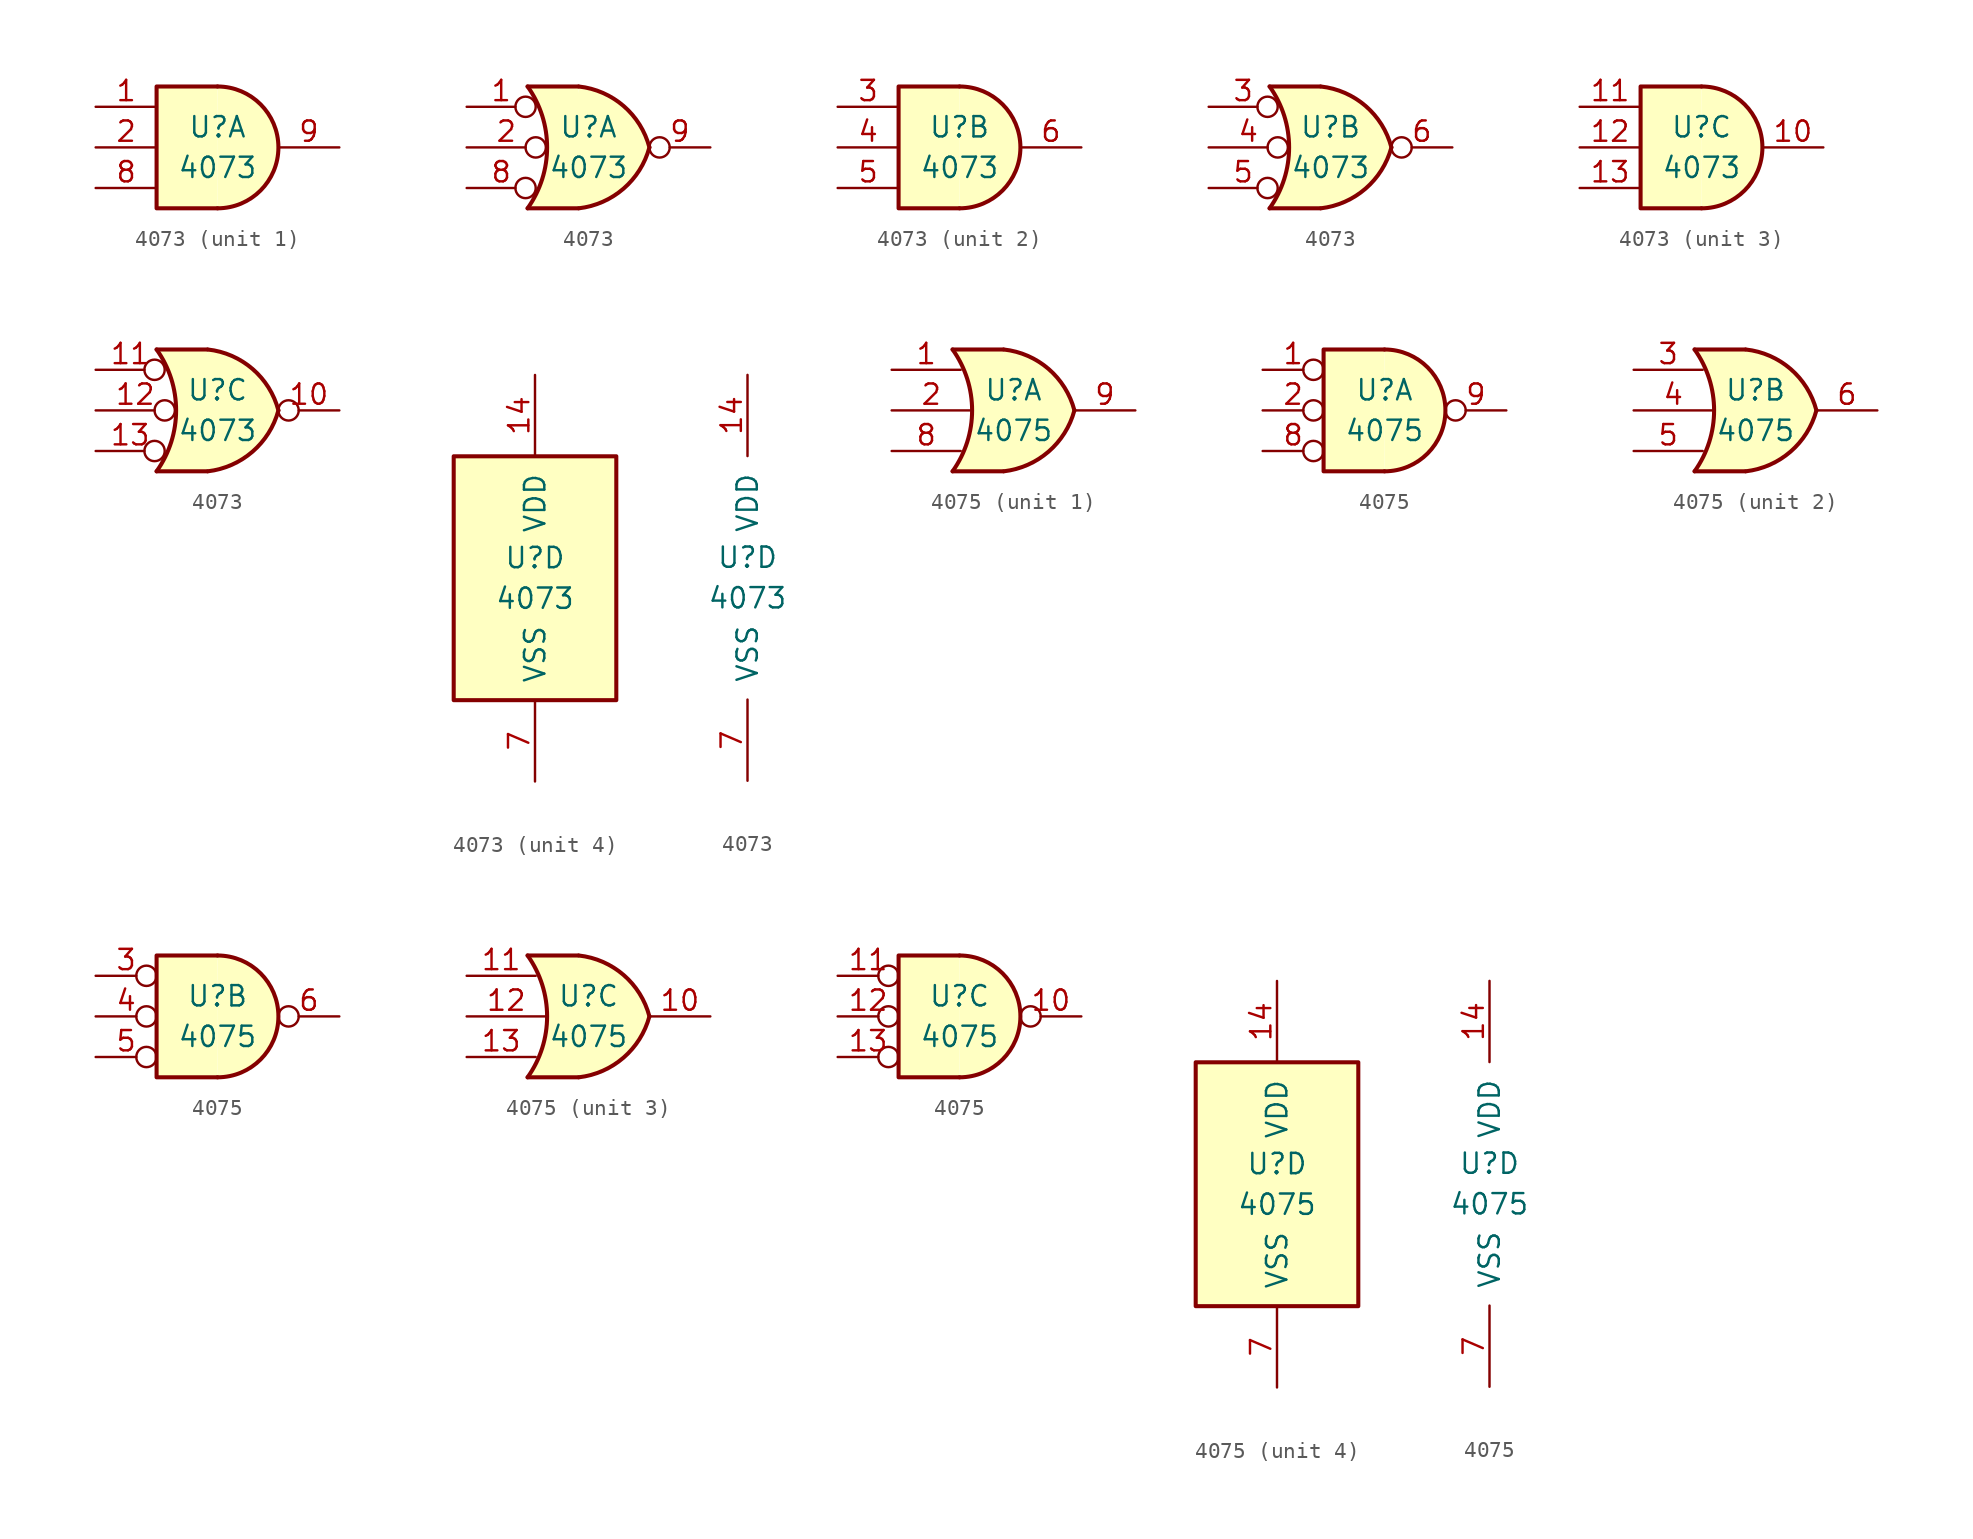
<source format=kicad_sym>
(kicad_symbol_lib
  (version 20241209)
  (generator "kicad_symbol_editor")
  (generator_version "9.0")
  (symbol "4073"
    (pin_names
      (offset 1.016))
    (property "Reference" "U"
      (at 0 1.27 0)
      (effects (font (size 1.27 1.27))))
    (property "Value" "4073"
      (at 0 -1.27 0)
      (effects (font (size 1.27 1.27))))
    (property "ki_locked" ""
      (at 0 0 0)
      (effects (font (size 1.27 1.27))))
    (symbol "4073_1_1"
      (arc (start 0 3.81) (mid 3.7934 0) (end 0 -3.81) (stroke (width 0.254) (type default)) (fill (type background)))
      (polyline (pts (xy 0 3.81) (xy -3.81 3.81) (xy -3.81 -3.81) (xy 0 -3.81)) (stroke (width 0.254) (type default)) (fill (type background)))
      (pin input line (at -7.62 2.54 0) (length 3.81) (name "~" (effects (font (size 1.27 1.27)))) (number "1" (effects (font (size 1.27 1.27)))))
      (pin input line (at -7.62 0 0) (length 3.81) (name "~" (effects (font (size 1.27 1.27)))) (number "2" (effects (font (size 1.27 1.27)))))
      (pin input line (at -7.62 -2.54 0) (length 3.81) (name "~" (effects (font (size 1.27 1.27)))) (number "8" (effects (font (size 1.27 1.27)))))
      (pin output line (at 7.62 0 180) (length 3.81) (name "~" (effects (font (size 1.27 1.27)))) (number "9" (effects (font (size 1.27 1.27))))))
    (symbol "4073_1_2"
      (arc (start -3.81 3.81) (mid -2.589 0) (end -3.81 -3.81) (stroke (width 0.254) (type default)) (fill (type none)))
      (polyline (pts (xy -3.81 3.81) (xy -0.635 3.81)) (stroke (width 0.254) (type default)) (fill (type background)))
      (polyline (pts (xy -3.81 -3.81) (xy -0.635 -3.81)) (stroke (width 0.254) (type default)) (fill (type background)))
      (arc (start 3.81 0) (mid 2.1855 -2.584) (end -0.6096 -3.81) (stroke (width 0.254) (type default)) (fill (type background)))
      (arc (start -0.6096 3.81) (mid 2.1928 2.5924) (end 3.81 0) (stroke (width 0.254) (type default)) (fill (type background)))
      (polyline (pts (xy -0.635 3.81) (xy -3.81 3.81) (xy -3.81 3.81) (xy -3.556 3.404) (xy -3.023 2.261) (xy -2.692 1.041) (xy -2.616 -0.254) (xy -2.769 -1.499) (xy -3.175 -2.718) (xy -3.81 -3.81) (xy -3.81 -3.81) (xy -0.635 -3.81)) (stroke (width -25.4) (type default)) (fill (type background)))
      (pin input inverted (at -7.62 2.54 0) (length 4.318) (name "~" (effects (font (size 1.27 1.27)))) (number "1" (effects (font (size 1.27 1.27)))))
      (pin input inverted (at -7.62 0 0) (length 4.953) (name "~" (effects (font (size 1.27 1.27)))) (number "2" (effects (font (size 1.27 1.27)))))
      (pin input inverted (at -7.62 -2.54 0) (length 4.318) (name "~" (effects (font (size 1.27 1.27)))) (number "8" (effects (font (size 1.27 1.27)))))
      (pin output inverted (at 7.62 0 180) (length 3.81) (name "~" (effects (font (size 1.27 1.27)))) (number "9" (effects (font (size 1.27 1.27))))))
    (symbol "4073_2_1"
      (arc (start 0 3.81) (mid 3.7934 0) (end 0 -3.81) (stroke (width 0.254) (type default)) (fill (type background)))
      (polyline (pts (xy 0 3.81) (xy -3.81 3.81) (xy -3.81 -3.81) (xy 0 -3.81)) (stroke (width 0.254) (type default)) (fill (type background)))
      (pin input line (at -7.62 2.54 0) (length 3.81) (name "~" (effects (font (size 1.27 1.27)))) (number "3" (effects (font (size 1.27 1.27)))))
      (pin input line (at -7.62 0 0) (length 3.81) (name "~" (effects (font (size 1.27 1.27)))) (number "4" (effects (font (size 1.27 1.27)))))
      (pin input line (at -7.62 -2.54 0) (length 3.81) (name "~" (effects (font (size 1.27 1.27)))) (number "5" (effects (font (size 1.27 1.27)))))
      (pin output line (at 7.62 0 180) (length 3.81) (name "~" (effects (font (size 1.27 1.27)))) (number "6" (effects (font (size 1.27 1.27))))))
    (symbol "4073_2_2"
      (arc (start -3.81 3.81) (mid -2.589 0) (end -3.81 -3.81) (stroke (width 0.254) (type default)) (fill (type none)))
      (polyline (pts (xy -3.81 3.81) (xy -0.635 3.81)) (stroke (width 0.254) (type default)) (fill (type background)))
      (polyline (pts (xy -3.81 -3.81) (xy -0.635 -3.81)) (stroke (width 0.254) (type default)) (fill (type background)))
      (arc (start 3.81 0) (mid 2.1855 -2.584) (end -0.6096 -3.81) (stroke (width 0.254) (type default)) (fill (type background)))
      (arc (start -0.6096 3.81) (mid 2.1928 2.5924) (end 3.81 0) (stroke (width 0.254) (type default)) (fill (type background)))
      (polyline (pts (xy -0.635 3.81) (xy -3.81 3.81) (xy -3.81 3.81) (xy -3.556 3.404) (xy -3.023 2.261) (xy -2.692 1.041) (xy -2.616 -0.254) (xy -2.769 -1.499) (xy -3.175 -2.718) (xy -3.81 -3.81) (xy -3.81 -3.81) (xy -0.635 -3.81)) (stroke (width -25.4) (type default)) (fill (type background)))
      (pin input inverted (at -7.62 2.54 0) (length 4.318) (name "~" (effects (font (size 1.27 1.27)))) (number "3" (effects (font (size 1.27 1.27)))))
      (pin input inverted (at -7.62 0 0) (length 4.953) (name "~" (effects (font (size 1.27 1.27)))) (number "4" (effects (font (size 1.27 1.27)))))
      (pin input inverted (at -7.62 -2.54 0) (length 4.318) (name "~" (effects (font (size 1.27 1.27)))) (number "5" (effects (font (size 1.27 1.27)))))
      (pin output inverted (at 7.62 0 180) (length 3.81) (name "~" (effects (font (size 1.27 1.27)))) (number "6" (effects (font (size 1.27 1.27))))))
    (symbol "4073_3_1"
      (arc (start 0 3.81) (mid 3.7934 0) (end 0 -3.81) (stroke (width 0.254) (type default)) (fill (type background)))
      (polyline (pts (xy 0 3.81) (xy -3.81 3.81) (xy -3.81 -3.81) (xy 0 -3.81)) (stroke (width 0.254) (type default)) (fill (type background)))
      (pin input line (at -7.62 2.54 0) (length 3.81) (name "~" (effects (font (size 1.27 1.27)))) (number "11" (effects (font (size 1.27 1.27)))))
      (pin input line (at -7.62 0 0) (length 3.81) (name "~" (effects (font (size 1.27 1.27)))) (number "12" (effects (font (size 1.27 1.27)))))
      (pin input line (at -7.62 -2.54 0) (length 3.81) (name "~" (effects (font (size 1.27 1.27)))) (number "13" (effects (font (size 1.27 1.27)))))
      (pin output line (at 7.62 0 180) (length 3.81) (name "~" (effects (font (size 1.27 1.27)))) (number "10" (effects (font (size 1.27 1.27))))))
    (symbol "4073_3_2"
      (arc (start -3.81 3.81) (mid -2.589 0) (end -3.81 -3.81) (stroke (width 0.254) (type default)) (fill (type none)))
      (polyline (pts (xy -3.81 3.81) (xy -0.635 3.81)) (stroke (width 0.254) (type default)) (fill (type background)))
      (polyline (pts (xy -3.81 -3.81) (xy -0.635 -3.81)) (stroke (width 0.254) (type default)) (fill (type background)))
      (arc (start 3.81 0) (mid 2.1855 -2.584) (end -0.6096 -3.81) (stroke (width 0.254) (type default)) (fill (type background)))
      (arc (start -0.6096 3.81) (mid 2.1928 2.5924) (end 3.81 0) (stroke (width 0.254) (type default)) (fill (type background)))
      (polyline (pts (xy -0.635 3.81) (xy -3.81 3.81) (xy -3.81 3.81) (xy -3.556 3.404) (xy -3.023 2.261) (xy -2.692 1.041) (xy -2.616 -0.254) (xy -2.769 -1.499) (xy -3.175 -2.718) (xy -3.81 -3.81) (xy -3.81 -3.81) (xy -0.635 -3.81)) (stroke (width -25.4) (type default)) (fill (type background)))
      (pin input inverted (at -7.62 2.54 0) (length 4.318) (name "~" (effects (font (size 1.27 1.27)))) (number "11" (effects (font (size 1.27 1.27)))))
      (pin input inverted (at -7.62 0 0) (length 4.953) (name "~" (effects (font (size 1.27 1.27)))) (number "12" (effects (font (size 1.27 1.27)))))
      (pin input inverted (at -7.62 -2.54 0) (length 4.318) (name "~" (effects (font (size 1.27 1.27)))) (number "13" (effects (font (size 1.27 1.27)))))
      (pin output inverted (at 7.62 0 180) (length 3.81) (name "~" (effects (font (size 1.27 1.27)))) (number "10" (effects (font (size 1.27 1.27))))))
    (symbol "4073_4_0"
      (pin power_in line (at 0 12.7 270) (length 5.08) (name "VDD" (effects (font (size 1.27 1.27)))) (number "14" (effects (font (size 1.27 1.27)))))
      (pin power_in line (at 0 -12.7 90) (length 5.08) (name "VSS" (effects (font (size 1.27 1.27)))) (number "7" (effects (font (size 1.27 1.27))))))
    (symbol "4073_4_1"
      (rectangle (start -5.08 7.62) (end 5.08 -7.62) (stroke (width 0.254) (type default)) (fill (type background)))))
  (symbol "4075"
    (pin_names
      (offset 1.016))
    (property "Reference" "U"
      (at 0 1.27 0)
      (effects (font (size 1.27 1.27))))
    (property "Value" "4075"
      (at 0 -1.27 0)
      (effects (font (size 1.27 1.27))))
    (property "ki_locked" ""
      (at 0 0 0)
      (effects (font (size 1.27 1.27))))
    (symbol "4075_1_1"
      (arc (start -3.81 3.81) (mid -2.589 0) (end -3.81 -3.81) (stroke (width 0.254) (type default)) (fill (type none)))
      (polyline (pts (xy -3.81 3.81) (xy -0.635 3.81)) (stroke (width 0.254) (type default)) (fill (type background)))
      (polyline (pts (xy -3.81 -3.81) (xy -0.635 -3.81)) (stroke (width 0.254) (type default)) (fill (type background)))
      (arc (start 3.81 0) (mid 2.1855 -2.584) (end -0.6096 -3.81) (stroke (width 0.254) (type default)) (fill (type background)))
      (arc (start -0.6096 3.81) (mid 2.1928 2.5924) (end 3.81 0) (stroke (width 0.254) (type default)) (fill (type background)))
      (polyline (pts (xy -0.635 3.81) (xy -3.81 3.81) (xy -3.81 3.81) (xy -3.556 3.404) (xy -3.023 2.261) (xy -2.692 1.041) (xy -2.616 -0.254) (xy -2.769 -1.499) (xy -3.175 -2.718) (xy -3.81 -3.81) (xy -3.81 -3.81) (xy -0.635 -3.81)) (stroke (width -25.4) (type default)) (fill (type background)))
      (pin input line (at -7.62 2.54 0) (length 4.318) (name "~" (effects (font (size 1.27 1.27)))) (number "1" (effects (font (size 1.27 1.27)))))
      (pin input line (at -7.62 0 0) (length 4.953) (name "~" (effects (font (size 1.27 1.27)))) (number "2" (effects (font (size 1.27 1.27)))))
      (pin input line (at -7.62 -2.54 0) (length 4.318) (name "~" (effects (font (size 1.27 1.27)))) (number "8" (effects (font (size 1.27 1.27)))))
      (pin output line (at 7.62 0 180) (length 3.81) (name "~" (effects (font (size 1.27 1.27)))) (number "9" (effects (font (size 1.27 1.27))))))
    (symbol "4075_1_2"
      (arc (start 0 3.81) (mid 3.7934 0) (end 0 -3.81) (stroke (width 0.254) (type default)) (fill (type background)))
      (polyline (pts (xy 0 3.81) (xy -3.81 3.81) (xy -3.81 -3.81) (xy 0 -3.81)) (stroke (width 0.254) (type default)) (fill (type background)))
      (pin input inverted (at -7.62 2.54 0) (length 3.81) (name "~" (effects (font (size 1.27 1.27)))) (number "1" (effects (font (size 1.27 1.27)))))
      (pin input inverted (at -7.62 0 0) (length 3.81) (name "~" (effects (font (size 1.27 1.27)))) (number "2" (effects (font (size 1.27 1.27)))))
      (pin input inverted (at -7.62 -2.54 0) (length 3.81) (name "~" (effects (font (size 1.27 1.27)))) (number "8" (effects (font (size 1.27 1.27)))))
      (pin output inverted (at 7.62 0 180) (length 3.81) (name "~" (effects (font (size 1.27 1.27)))) (number "9" (effects (font (size 1.27 1.27))))))
    (symbol "4075_2_1"
      (arc (start -3.81 3.81) (mid -2.589 0) (end -3.81 -3.81) (stroke (width 0.254) (type default)) (fill (type none)))
      (polyline (pts (xy -3.81 3.81) (xy -0.635 3.81)) (stroke (width 0.254) (type default)) (fill (type background)))
      (polyline (pts (xy -3.81 -3.81) (xy -0.635 -3.81)) (stroke (width 0.254) (type default)) (fill (type background)))
      (arc (start 3.81 0) (mid 2.1855 -2.584) (end -0.6096 -3.81) (stroke (width 0.254) (type default)) (fill (type background)))
      (arc (start -0.6096 3.81) (mid 2.1928 2.5924) (end 3.81 0) (stroke (width 0.254) (type default)) (fill (type background)))
      (polyline (pts (xy -0.635 3.81) (xy -3.81 3.81) (xy -3.81 3.81) (xy -3.556 3.404) (xy -3.023 2.261) (xy -2.692 1.041) (xy -2.616 -0.254) (xy -2.769 -1.499) (xy -3.175 -2.718) (xy -3.81 -3.81) (xy -3.81 -3.81) (xy -0.635 -3.81)) (stroke (width -25.4) (type default)) (fill (type background)))
      (pin input line (at -7.62 2.54 0) (length 4.318) (name "~" (effects (font (size 1.27 1.27)))) (number "3" (effects (font (size 1.27 1.27)))))
      (pin input line (at -7.62 0 0) (length 4.953) (name "~" (effects (font (size 1.27 1.27)))) (number "4" (effects (font (size 1.27 1.27)))))
      (pin input line (at -7.62 -2.54 0) (length 4.318) (name "~" (effects (font (size 1.27 1.27)))) (number "5" (effects (font (size 1.27 1.27)))))
      (pin output line (at 7.62 0 180) (length 3.81) (name "~" (effects (font (size 1.27 1.27)))) (number "6" (effects (font (size 1.27 1.27))))))
    (symbol "4075_2_2"
      (arc (start 0 3.81) (mid 3.7934 0) (end 0 -3.81) (stroke (width 0.254) (type default)) (fill (type background)))
      (polyline (pts (xy 0 3.81) (xy -3.81 3.81) (xy -3.81 -3.81) (xy 0 -3.81)) (stroke (width 0.254) (type default)) (fill (type background)))
      (pin input inverted (at -7.62 2.54 0) (length 3.81) (name "~" (effects (font (size 1.27 1.27)))) (number "3" (effects (font (size 1.27 1.27)))))
      (pin input inverted (at -7.62 0 0) (length 3.81) (name "~" (effects (font (size 1.27 1.27)))) (number "4" (effects (font (size 1.27 1.27)))))
      (pin input inverted (at -7.62 -2.54 0) (length 3.81) (name "~" (effects (font (size 1.27 1.27)))) (number "5" (effects (font (size 1.27 1.27)))))
      (pin output inverted (at 7.62 0 180) (length 3.81) (name "~" (effects (font (size 1.27 1.27)))) (number "6" (effects (font (size 1.27 1.27))))))
    (symbol "4075_3_1"
      (arc (start -3.81 3.81) (mid -2.589 0) (end -3.81 -3.81) (stroke (width 0.254) (type default)) (fill (type none)))
      (polyline (pts (xy -3.81 3.81) (xy -0.635 3.81)) (stroke (width 0.254) (type default)) (fill (type background)))
      (polyline (pts (xy -3.81 -3.81) (xy -0.635 -3.81)) (stroke (width 0.254) (type default)) (fill (type background)))
      (arc (start 3.81 0) (mid 2.1855 -2.584) (end -0.6096 -3.81) (stroke (width 0.254) (type default)) (fill (type background)))
      (arc (start -0.6096 3.81) (mid 2.1928 2.5924) (end 3.81 0) (stroke (width 0.254) (type default)) (fill (type background)))
      (polyline (pts (xy -0.635 3.81) (xy -3.81 3.81) (xy -3.81 3.81) (xy -3.556 3.404) (xy -3.023 2.261) (xy -2.692 1.041) (xy -2.616 -0.254) (xy -2.769 -1.499) (xy -3.175 -2.718) (xy -3.81 -3.81) (xy -3.81 -3.81) (xy -0.635 -3.81)) (stroke (width -25.4) (type default)) (fill (type background)))
      (pin input line (at -7.62 2.54 0) (length 4.318) (name "~" (effects (font (size 1.27 1.27)))) (number "11" (effects (font (size 1.27 1.27)))))
      (pin input line (at -7.62 0 0) (length 4.953) (name "~" (effects (font (size 1.27 1.27)))) (number "12" (effects (font (size 1.27 1.27)))))
      (pin input line (at -7.62 -2.54 0) (length 4.318) (name "~" (effects (font (size 1.27 1.27)))) (number "13" (effects (font (size 1.27 1.27)))))
      (pin output line (at 7.62 0 180) (length 3.81) (name "~" (effects (font (size 1.27 1.27)))) (number "10" (effects (font (size 1.27 1.27))))))
    (symbol "4075_3_2"
      (arc (start 0 3.81) (mid 3.7934 0) (end 0 -3.81) (stroke (width 0.254) (type default)) (fill (type background)))
      (polyline (pts (xy 0 3.81) (xy -3.81 3.81) (xy -3.81 -3.81) (xy 0 -3.81)) (stroke (width 0.254) (type default)) (fill (type background)))
      (pin input inverted (at -7.62 2.54 0) (length 3.81) (name "~" (effects (font (size 1.27 1.27)))) (number "11" (effects (font (size 1.27 1.27)))))
      (pin input inverted (at -7.62 0 0) (length 3.81) (name "~" (effects (font (size 1.27 1.27)))) (number "12" (effects (font (size 1.27 1.27)))))
      (pin input inverted (at -7.62 -2.54 0) (length 3.81) (name "~" (effects (font (size 1.27 1.27)))) (number "13" (effects (font (size 1.27 1.27)))))
      (pin output inverted (at 7.62 0 180) (length 3.81) (name "~" (effects (font (size 1.27 1.27)))) (number "10" (effects (font (size 1.27 1.27))))))
    (symbol "4075_4_0"
      (pin power_in line (at 0 12.7 270) (length 5.08) (name "VDD" (effects (font (size 1.27 1.27)))) (number "14" (effects (font (size 1.27 1.27)))))
      (pin power_in line (at 0 -12.7 90) (length 5.08) (name "VSS" (effects (font (size 1.27 1.27)))) (number "7" (effects (font (size 1.27 1.27))))))
    (symbol "4075_4_1"
      (rectangle (start -5.08 7.62) (end 5.08 -7.62) (stroke (width 0.254) (type default)) (fill (type background))))))
</source>
